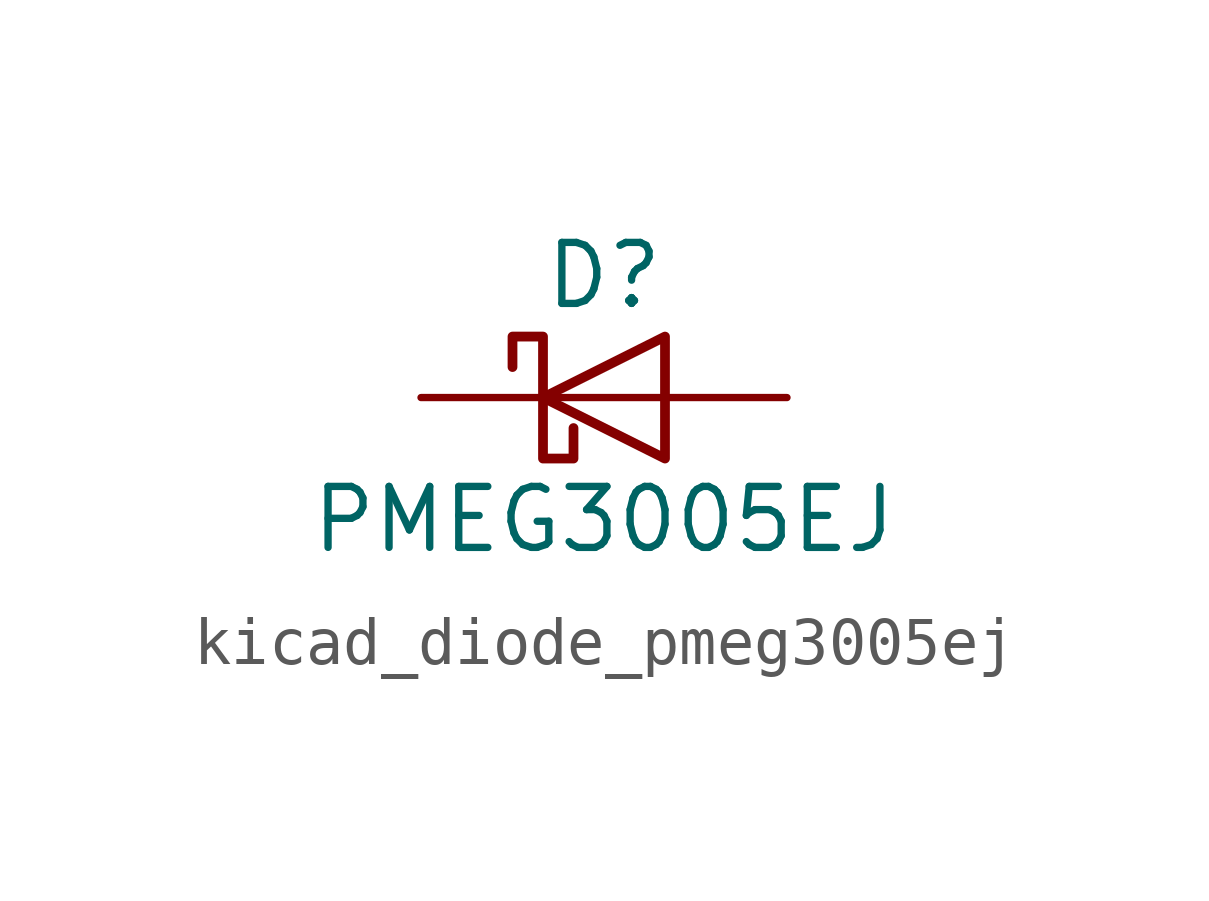
<source format=kicad_sym>
(kicad_symbol_lib
  (version 20220914)
  (generator kicad_symbol_editor)
  (symbol "kicad_diode_pmeg3005ej"
    (pin_numbers hide)
    (pin_names hide)
    (property "Reference" "D"
      (at 0 2.54 0)
      (effects (font (size 1.27 1.27))))
    (property "Value" "PMEG3005EJ"
      (at 0 -2.54 0)
      (effects (font (size 1.27 1.27))))
    (symbol "kicad_diode_pmeg3005ej_0_1"
      (polyline (pts (xy 1.27 0) (xy -1.27 0)) (stroke (width 0) (type default)) (fill (type none)))
      (polyline (pts (xy 1.27 1.27) (xy 1.27 -1.27) (xy -1.27 0) (xy 1.27 1.27)) (stroke (width 0.203) (type default)) (fill (type none)))
      (polyline (pts (xy -1.905 0.635) (xy -1.905 1.27) (xy -1.27 1.27) (xy -1.27 -1.27) (xy -0.635 -1.27) (xy -0.635 -0.635)) (stroke (width 0.203) (type default)) (fill (type none))))
    (symbol "kicad_diode_pmeg3005ej_1_1"
      (pin passive line (at -3.81 0 0) (length 2.54) (name "K" (effects (font (size 1.27 1.27)))) (number "1" (effects (font (size 1.27 1.27)))))
      (pin passive line (at 3.81 0 180) (length 2.54) (name "A" (effects (font (size 1.27 1.27)))) (number "2" (effects (font (size 1.27 1.27))))))))
</source>
